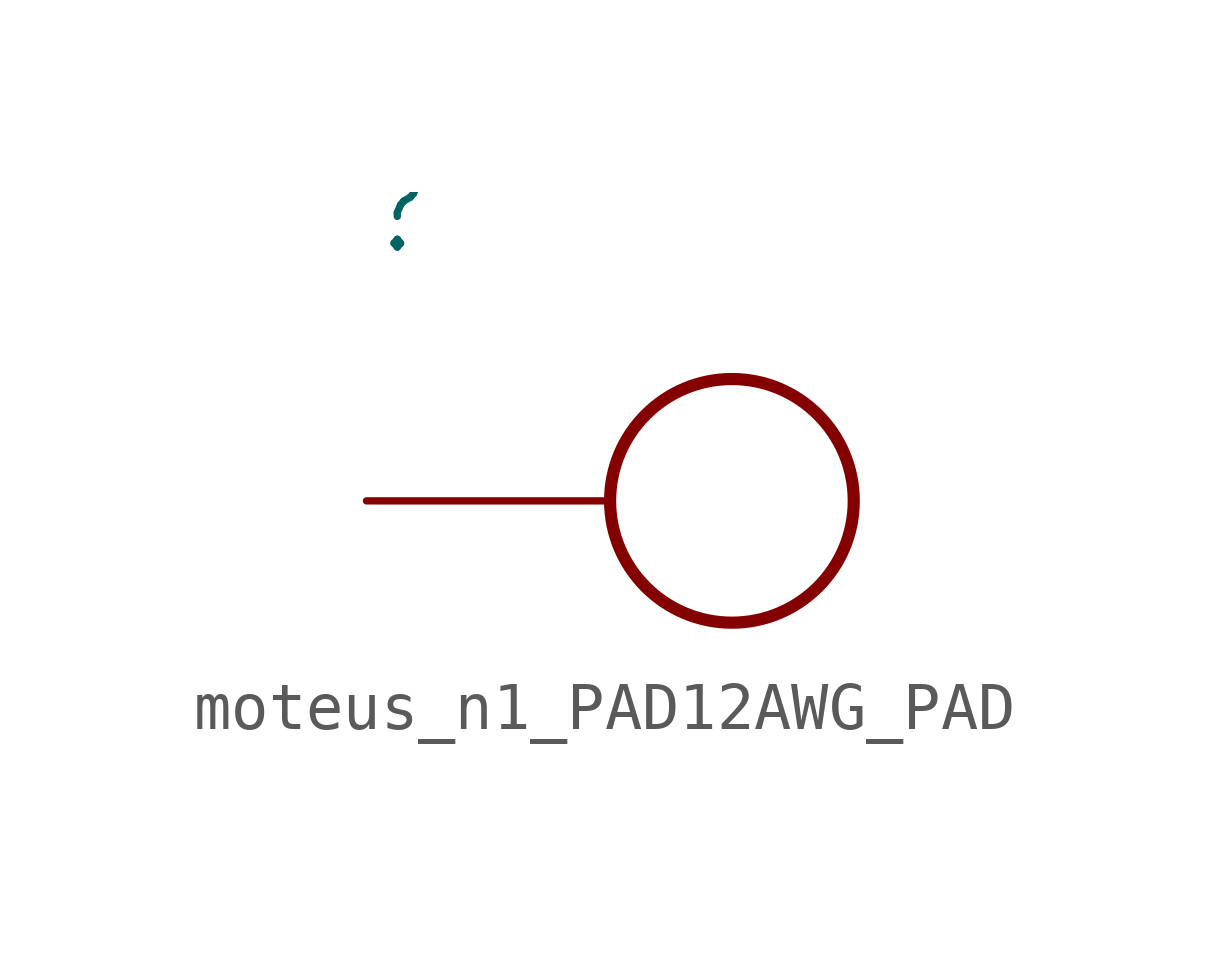
<source format=kicad_sym>
(kicad_symbol_lib
  (version 20241209)
  (generator "kicad_symbol_editor")
  (generator_version "9.0")
  (symbol "moteus_n1_PAD12AWG_PAD"
    (property "Reference" ""
      (at -7.62 5.08 0)
      (effects (font (size 1.676 1.425)) (justify left bottom)))
    (property "ki_locked" ""
      (at 0 0 0)
      (effects (font (size 1.27 1.27))))
    (symbol "moteus_n1_PAD12AWG_PAD_1_0"
      (circle (center 0 0) (radius 2.54) (stroke (width 0.254) (type solid)) (fill (type none)))
      (pin bidirectional line (at -7.62 0 0) (length 5.08) (name "P$1" (effects (font (size 0 0)))) (number "1" (effects (font (size 0 0))))))))
</source>
